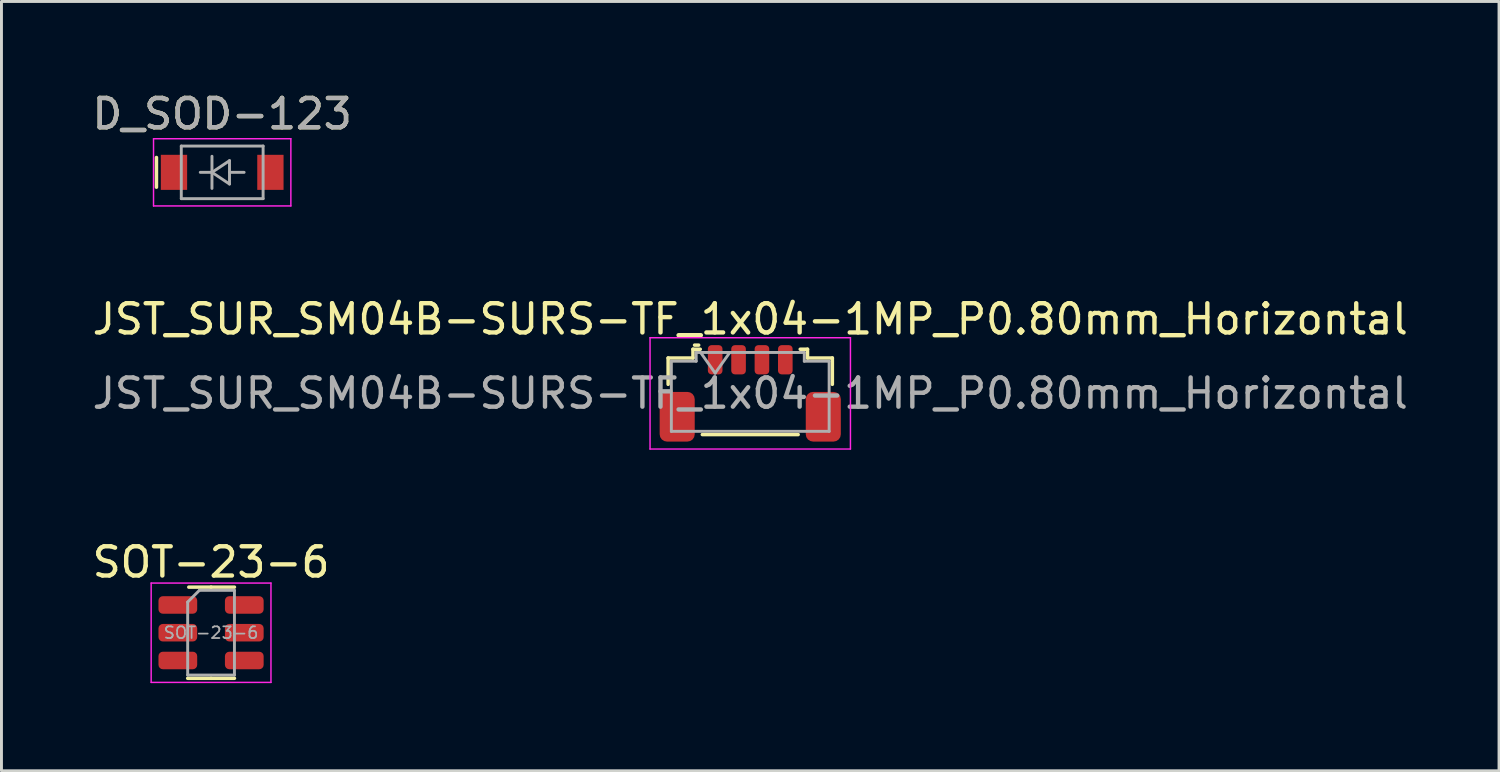
<source format=kicad_pcb>
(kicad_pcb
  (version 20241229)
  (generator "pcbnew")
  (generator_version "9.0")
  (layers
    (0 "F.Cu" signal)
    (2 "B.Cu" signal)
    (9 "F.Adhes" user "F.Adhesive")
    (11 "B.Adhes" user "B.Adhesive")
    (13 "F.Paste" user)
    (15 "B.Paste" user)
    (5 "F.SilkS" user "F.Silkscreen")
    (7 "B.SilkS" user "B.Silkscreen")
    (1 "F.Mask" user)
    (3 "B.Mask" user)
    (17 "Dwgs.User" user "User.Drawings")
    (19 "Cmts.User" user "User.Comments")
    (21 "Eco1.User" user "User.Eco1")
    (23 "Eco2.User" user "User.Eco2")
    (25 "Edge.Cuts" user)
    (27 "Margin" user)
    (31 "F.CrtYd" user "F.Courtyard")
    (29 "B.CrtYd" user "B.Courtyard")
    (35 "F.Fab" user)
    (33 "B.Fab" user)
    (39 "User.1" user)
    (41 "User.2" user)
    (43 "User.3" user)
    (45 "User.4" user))
  (footprint "D_SOD-123"
    (layer "F.Cu")
    (at 4.554 2.848)
    (property "Reference" "D_SOD-123" (at 0 -2 0) (layer "F.SilkS") (effects (font (size 1 1) (thickness 0.15))))
    (attr smd)
    (fp_line (start -2.25 -0.508) (end -2.25 0.508) (stroke (width 0.12) (type solid)) (layer "F.SilkS"))
    (fp_line (start -2.35 -1.15) (end -2.35 1.15) (stroke (width 0.05) (type solid)) (layer "F.CrtYd"))
    (fp_line (start -2.35 -1.15) (end 2.35 -1.15) (stroke (width 0.05) (type solid)) (layer "F.CrtYd"))
    (fp_line (start 2.35 -1.15) (end 2.35 1.15) (stroke (width 0.05) (type solid)) (layer "F.CrtYd"))
    (fp_line (start 2.35 1.15) (end -2.35 1.15) (stroke (width 0.05) (type solid)) (layer "F.CrtYd"))
    (fp_line (start -1.4 -0.9) (end 1.4 -0.9) (stroke (width 0.1) (type solid)) (layer "F.Fab"))
    (fp_line (start -1.4 0.9) (end -1.4 -0.9) (stroke (width 0.1) (type solid)) (layer "F.Fab"))
    (fp_line (start -0.75 0) (end -0.35 0) (stroke (width 0.1) (type solid)) (layer "F.Fab"))
    (fp_line (start -0.35 0) (end -0.35 -0.55) (stroke (width 0.1) (type solid)) (layer "F.Fab"))
    (fp_line (start -0.35 0) (end -0.35 0.55) (stroke (width 0.1) (type solid)) (layer "F.Fab"))
    (fp_line (start -0.35 0) (end 0.25 -0.4) (stroke (width 0.1) (type solid)) (layer "F.Fab"))
    (fp_line (start 0.25 -0.4) (end 0.25 0.4) (stroke (width 0.1) (type solid)) (layer "F.Fab"))
    (fp_line (start 0.25 0) (end 0.75 0) (stroke (width 0.1) (type solid)) (layer "F.Fab"))
    (fp_line (start 0.25 0.4) (end -0.35 0) (stroke (width 0.1) (type solid)) (layer "F.Fab"))
    (fp_line (start 1.4 -0.9) (end 1.4 0.9) (stroke (width 0.1) (type solid)) (layer "F.Fab"))
    (fp_line (start 1.4 0.9) (end -1.4 0.9) (stroke (width 0.1) (type solid)) (layer "F.Fab"))
    (fp_text user "${REFERENCE}" (at 0 -2 0) (layer "F.Fab") (effects (font (size 1 1) (thickness 0.15))))
    (pad "1" smd rect (at -1.65 0) (size 0.9 1.2) (layers "F.Cu" "F.Mask" "F.Paste"))
    (pad "2" smd rect (at 1.65 0) (size 0.9 1.2) (layers "F.Cu" "F.Mask" "F.Paste")))
  (footprint "JST_SUR_SM04B-SURS-TF_1x04-1MP_P0.80mm_Horizontal"
    (layer "F.Cu")
    (at 22.625 10.412)
    (property "Reference" "JST_SUR_SM04B-SURS-TF_1x04-1MP_P0.80mm_Horizontal" (at 0 -2.54 0) (layer "F.SilkS") (effects (font (size 1 1) (thickness 0.15))))
    (attr smd)
    (fp_line (start -2.81 -1.21) (end -1.96 -1.21) (stroke (width 0.12) (type solid)) (layer "F.SilkS"))
    (fp_line (start -2.81 -0.31) (end -2.81 -1.21) (stroke (width 0.12) (type solid)) (layer "F.SilkS"))
    (fp_line (start -1.96 -1.51) (end -1.71 -1.51) (stroke (width 0.12) (type solid)) (layer "F.SilkS"))
    (fp_line (start -1.96 -1.21) (end -1.96 -1.51) (stroke (width 0.12) (type solid)) (layer "F.SilkS"))
    (fp_line (start -1.765 -1.651) (end -1.905 -1.651) (stroke (width 0.12) (type solid)) (layer "F.SilkS"))
    (fp_line (start -1.64 1.41) (end 1.64 1.41) (stroke (width 0.12) (type solid)) (layer "F.SilkS"))
    (fp_line (start 1.96 -1.51) (end 1.71 -1.51) (stroke (width 0.12) (type solid)) (layer "F.SilkS"))
    (fp_line (start 1.96 -1.21) (end 1.96 -1.51) (stroke (width 0.12) (type solid)) (layer "F.SilkS"))
    (fp_line (start 2.81 -1.21) (end 1.96 -1.21) (stroke (width 0.12) (type solid)) (layer "F.SilkS"))
    (fp_line (start 2.81 -0.31) (end 2.81 -1.21) (stroke (width 0.12) (type solid)) (layer "F.SilkS"))
    (fp_line (start -3.429 -1.905) (end -3.429 1.905) (stroke (width 0.05) (type solid)) (layer "F.CrtYd"))
    (fp_line (start -3.429 1.905) (end 3.429 1.905) (stroke (width 0.05) (type solid)) (layer "F.CrtYd"))
    (fp_line (start 3.429 -1.905) (end -3.429 -1.905) (stroke (width 0.05) (type solid)) (layer "F.CrtYd"))
    (fp_line (start 3.429 1.905) (end 3.429 -1.905) (stroke (width 0.05) (type solid)) (layer "F.CrtYd"))
    (fp_line (start -2.7 -1.1) (end -2.7 1.3) (stroke (width 0.1) (type solid)) (layer "F.Fab"))
    (fp_line (start -2.7 -1.1) (end -1.85 -1.1) (stroke (width 0.1) (type solid)) (layer "F.Fab"))
    (fp_line (start -2.7 1.3) (end 2.7 1.3) (stroke (width 0.1) (type solid)) (layer "F.Fab"))
    (fp_line (start -1.85 -1.4) (end 1.85 -1.4) (stroke (width 0.1) (type solid)) (layer "F.Fab"))
    (fp_line (start -1.85 -1.1) (end -1.85 -1.4) (stroke (width 0.1) (type solid)) (layer "F.Fab"))
    (fp_line (start -1.7 -1.4) (end -1.2 -0.693) (stroke (width 0.1) (type solid)) (layer "F.Fab"))
    (fp_line (start -1.2 -0.693) (end -0.7 -1.4) (stroke (width 0.1) (type solid)) (layer "F.Fab"))
    (fp_line (start 1.85 -1.4) (end 1.85 -1.1) (stroke (width 0.1) (type solid)) (layer "F.Fab"))
    (fp_line (start 1.85 -1.1) (end 2.7 -1.1) (stroke (width 0.1) (type solid)) (layer "F.Fab"))
    (fp_line (start 2.7 -1.1) (end 2.7 1.3) (stroke (width 0.1) (type solid)) (layer "F.Fab"))
    (fp_text user "${REFERENCE}" (at 0 0 0) (layer "F.Fab") (effects (font (size 1 1) (thickness 0.15))))
    (pad "1" smd roundrect (at -1.2 -1.15) (size 0.5 1) (layers "F.Cu" "F.Mask" "F.Paste") (roundrect_rratio 0.25))
    (pad "2" smd roundrect (at -0.4 -1.15) (size 0.5 1) (layers "F.Cu" "F.Mask" "F.Paste") (roundrect_rratio 0.25))
    (pad "3" smd roundrect (at 0.4 -1.15) (size 0.5 1) (layers "F.Cu" "F.Mask" "F.Paste") (roundrect_rratio 0.25))
    (pad "4" smd roundrect (at 1.2 -1.15) (size 0.5 1) (layers "F.Cu" "F.Mask" "F.Paste") (roundrect_rratio 0.25))
    (pad "MP" smd roundrect (at -2.5 0.8) (size 1.2 1.7) (layers "F.Cu" "F.Mask" "F.Paste") (roundrect_rratio 0.208))
    (pad "MP" smd roundrect (at 2.5 0.8) (size 1.2 1.7) (layers "F.Cu" "F.Mask" "F.Paste") (roundrect_rratio 0.208)))
  (footprint "SOT-23-6"
    (layer "F.Cu")
    (at 4.173 18.603)
    (property "Reference" "SOT-23-6" (at 0 -2.413 0) (layer "F.SilkS") (effects (font (size 1 1) (thickness 0.15))))
    (attr smd)
    (fp_line (start 0 -1.56) (end -0.762 -1.56) (stroke (width 0.12) (type solid)) (layer "F.SilkS"))
    (fp_line (start 0 -1.56) (end 0.8 -1.56) (stroke (width 0.12) (type solid)) (layer "F.SilkS"))
    (fp_line (start 0 1.56) (end -0.8 1.56) (stroke (width 0.12) (type solid)) (layer "F.SilkS"))
    (fp_line (start 0 1.56) (end 0.8 1.56) (stroke (width 0.12) (type solid)) (layer "F.SilkS"))
    (fp_line (start -2.05 -1.7) (end -2.05 1.7) (stroke (width 0.05) (type solid)) (layer "F.CrtYd"))
    (fp_line (start -2.05 1.7) (end 2.05 1.7) (stroke (width 0.05) (type solid)) (layer "F.CrtYd"))
    (fp_line (start 2.05 -1.7) (end -2.05 -1.7) (stroke (width 0.05) (type solid)) (layer "F.CrtYd"))
    (fp_line (start 2.05 1.7) (end 2.05 -1.7) (stroke (width 0.05) (type solid)) (layer "F.CrtYd"))
    (fp_line (start -0.8 -1.05) (end -0.4 -1.45) (stroke (width 0.1) (type solid)) (layer "F.Fab"))
    (fp_line (start -0.8 1.45) (end -0.8 -1.05) (stroke (width 0.1) (type solid)) (layer "F.Fab"))
    (fp_line (start -0.4 -1.45) (end 0.8 -1.45) (stroke (width 0.1) (type solid)) (layer "F.Fab"))
    (fp_line (start 0.8 -1.45) (end 0.8 1.45) (stroke (width 0.1) (type solid)) (layer "F.Fab"))
    (fp_line (start 0.8 1.45) (end -0.8 1.45) (stroke (width 0.1) (type solid)) (layer "F.Fab"))
    (fp_text user "${REFERENCE}" (at 0 0 0) (layer "F.Fab") (effects (font (size 0.4 0.4) (thickness 0.06))))
    (pad "1" smd roundrect (at -1.137 -0.95) (size 1.325 0.6) (layers "F.Cu" "F.Mask" "F.Paste") (roundrect_rratio 0.25))
    (pad "2" smd roundrect (at -1.137 0) (size 1.325 0.6) (layers "F.Cu" "F.Mask" "F.Paste") (roundrect_rratio 0.25))
    (pad "3" smd roundrect (at -1.137 0.95) (size 1.325 0.6) (layers "F.Cu" "F.Mask" "F.Paste") (roundrect_rratio 0.25))
    (pad "4" smd roundrect (at 1.137 0.95) (size 1.325 0.6) (layers "F.Cu" "F.Mask" "F.Paste") (roundrect_rratio 0.25))
    (pad "5" smd roundrect (at 1.137 0) (size 1.325 0.6) (layers "F.Cu" "F.Mask" "F.Paste") (roundrect_rratio 0.25))
    (pad "6" smd roundrect (at 1.137 -0.95) (size 1.325 0.6) (layers "F.Cu" "F.Mask" "F.Paste") (roundrect_rratio 0.25)))
  (gr_rect
    (start -3 -3)
    (end 48.25 23.328)
    (stroke (width 0.1) (type default))
    (fill no)
    (layer "Edge.Cuts")))
</source>
